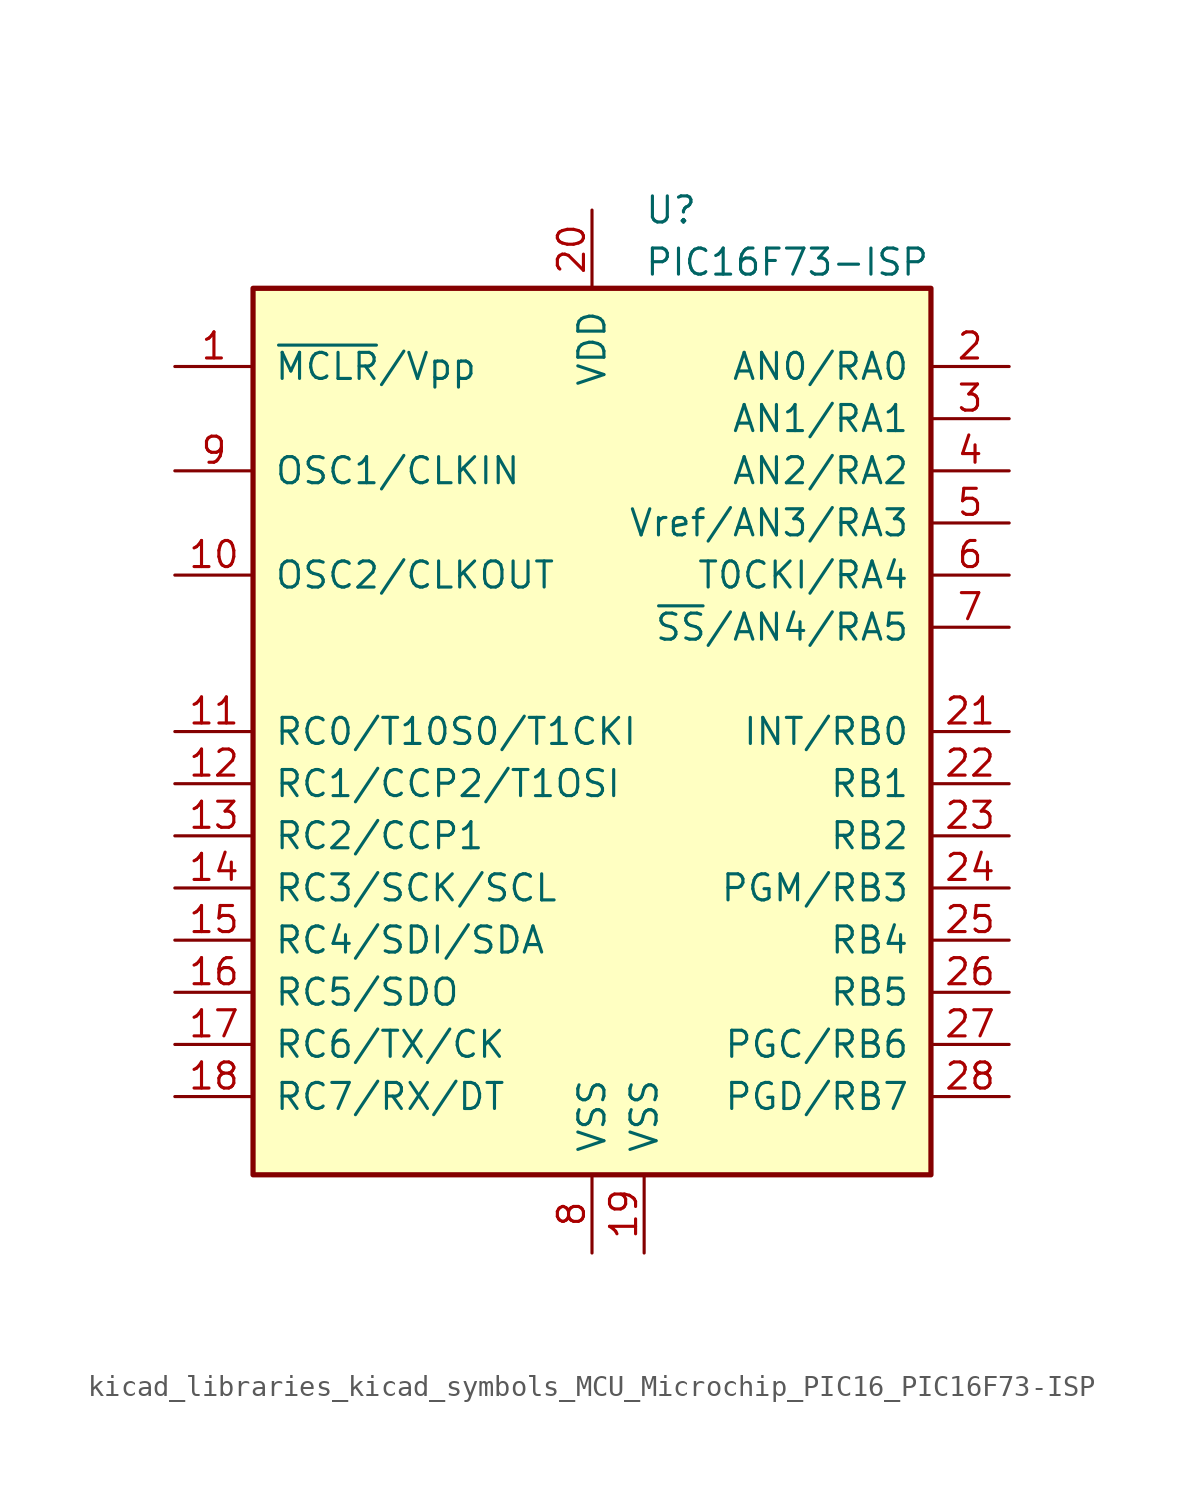
<source format=kicad_sym>
(kicad_symbol_lib
  (version 20220914)
  (generator kicad_symbol_editor)
  (symbol "kicad_libraries_kicad_symbols_MCU_Microchip_PIC16_PIC16F73-ISP"
    (pin_names
      (offset 1.016))
    (property "Reference" "U"
      (at 2.54 25.4 0)
      (effects (font (size 1.27 1.27)) (justify left)))
    (property "Value" "PIC16F73-ISP"
      (at 2.54 22.86 0)
      (effects (font (size 1.27 1.27)) (justify left)))
    (symbol "kicad_libraries_kicad_symbols_MCU_Microchip_PIC16_PIC16F73-ISP_0_1"
      (rectangle (start -16.51 -21.59) (end 16.51 21.59) (stroke (width 0.254) (type default)) (fill (type background))))
    (symbol "kicad_libraries_kicad_symbols_MCU_Microchip_PIC16_PIC16F73-ISP_1_1"
      (pin input line (at -20.32 17.78 0) (length 3.81) (name "~{MCLR}/Vpp" (effects (font (size 1.27 1.27)))) (number "1" (effects (font (size 1.27 1.27)))))
      (pin output line (at -20.32 7.62 0) (length 3.81) (name "OSC2/CLKOUT" (effects (font (size 1.27 1.27)))) (number "10" (effects (font (size 1.27 1.27)))))
      (pin bidirectional line (at -20.32 0 0) (length 3.81) (name "RC0/T10S0/T1CKI" (effects (font (size 1.27 1.27)))) (number "11" (effects (font (size 1.27 1.27)))))
      (pin bidirectional line (at -20.32 -2.54 0) (length 3.81) (name "RC1/CCP2/T1OSI" (effects (font (size 1.27 1.27)))) (number "12" (effects (font (size 1.27 1.27)))))
      (pin bidirectional line (at -20.32 -5.08 0) (length 3.81) (name "RC2/CCP1" (effects (font (size 1.27 1.27)))) (number "13" (effects (font (size 1.27 1.27)))))
      (pin bidirectional line (at -20.32 -7.62 0) (length 3.81) (name "RC3/SCK/SCL" (effects (font (size 1.27 1.27)))) (number "14" (effects (font (size 1.27 1.27)))))
      (pin bidirectional line (at -20.32 -10.16 0) (length 3.81) (name "RC4/SDI/SDA" (effects (font (size 1.27 1.27)))) (number "15" (effects (font (size 1.27 1.27)))))
      (pin bidirectional line (at -20.32 -12.7 0) (length 3.81) (name "RC5/SDO" (effects (font (size 1.27 1.27)))) (number "16" (effects (font (size 1.27 1.27)))))
      (pin bidirectional line (at -20.32 -15.24 0) (length 3.81) (name "RC6/TX/CK" (effects (font (size 1.27 1.27)))) (number "17" (effects (font (size 1.27 1.27)))))
      (pin bidirectional line (at -20.32 -17.78 0) (length 3.81) (name "RC7/RX/DT" (effects (font (size 1.27 1.27)))) (number "18" (effects (font (size 1.27 1.27)))))
      (pin power_in line (at 2.54 -25.4 90) (length 3.81) (name "VSS" (effects (font (size 1.27 1.27)))) (number "19" (effects (font (size 1.27 1.27)))))
      (pin bidirectional line (at 20.32 17.78 180) (length 3.81) (name "AN0/RA0" (effects (font (size 1.27 1.27)))) (number "2" (effects (font (size 1.27 1.27)))))
      (pin power_in line (at 0 25.4 270) (length 3.81) (name "VDD" (effects (font (size 1.27 1.27)))) (number "20" (effects (font (size 1.27 1.27)))))
      (pin bidirectional line (at 20.32 0 180) (length 3.81) (name "INT/RB0" (effects (font (size 1.27 1.27)))) (number "21" (effects (font (size 1.27 1.27)))))
      (pin bidirectional line (at 20.32 -2.54 180) (length 3.81) (name "RB1" (effects (font (size 1.27 1.27)))) (number "22" (effects (font (size 1.27 1.27)))))
      (pin bidirectional line (at 20.32 -5.08 180) (length 3.81) (name "RB2" (effects (font (size 1.27 1.27)))) (number "23" (effects (font (size 1.27 1.27)))))
      (pin bidirectional line (at 20.32 -7.62 180) (length 3.81) (name "PGM/RB3" (effects (font (size 1.27 1.27)))) (number "24" (effects (font (size 1.27 1.27)))))
      (pin bidirectional line (at 20.32 -10.16 180) (length 3.81) (name "RB4" (effects (font (size 1.27 1.27)))) (number "25" (effects (font (size 1.27 1.27)))))
      (pin bidirectional line (at 20.32 -12.7 180) (length 3.81) (name "RB5" (effects (font (size 1.27 1.27)))) (number "26" (effects (font (size 1.27 1.27)))))
      (pin bidirectional line (at 20.32 -15.24 180) (length 3.81) (name "PGC/RB6" (effects (font (size 1.27 1.27)))) (number "27" (effects (font (size 1.27 1.27)))))
      (pin bidirectional line (at 20.32 -17.78 180) (length 3.81) (name "PGD/RB7" (effects (font (size 1.27 1.27)))) (number "28" (effects (font (size 1.27 1.27)))))
      (pin bidirectional line (at 20.32 15.24 180) (length 3.81) (name "AN1/RA1" (effects (font (size 1.27 1.27)))) (number "3" (effects (font (size 1.27 1.27)))))
      (pin bidirectional line (at 20.32 12.7 180) (length 3.81) (name "AN2/RA2" (effects (font (size 1.27 1.27)))) (number "4" (effects (font (size 1.27 1.27)))))
      (pin bidirectional line (at 20.32 10.16 180) (length 3.81) (name "Vref/AN3/RA3" (effects (font (size 1.27 1.27)))) (number "5" (effects (font (size 1.27 1.27)))))
      (pin bidirectional line (at 20.32 7.62 180) (length 3.81) (name "T0CKI/RA4" (effects (font (size 1.27 1.27)))) (number "6" (effects (font (size 1.27 1.27)))))
      (pin bidirectional line (at 20.32 5.08 180) (length 3.81) (name "~{SS}/AN4/RA5" (effects (font (size 1.27 1.27)))) (number "7" (effects (font (size 1.27 1.27)))))
      (pin power_in line (at 0 -25.4 90) (length 3.81) (name "VSS" (effects (font (size 1.27 1.27)))) (number "8" (effects (font (size 1.27 1.27)))))
      (pin input line (at -20.32 12.7 0) (length 3.81) (name "OSC1/CLKIN" (effects (font (size 1.27 1.27)))) (number "9" (effects (font (size 1.27 1.27))))))))
</source>
